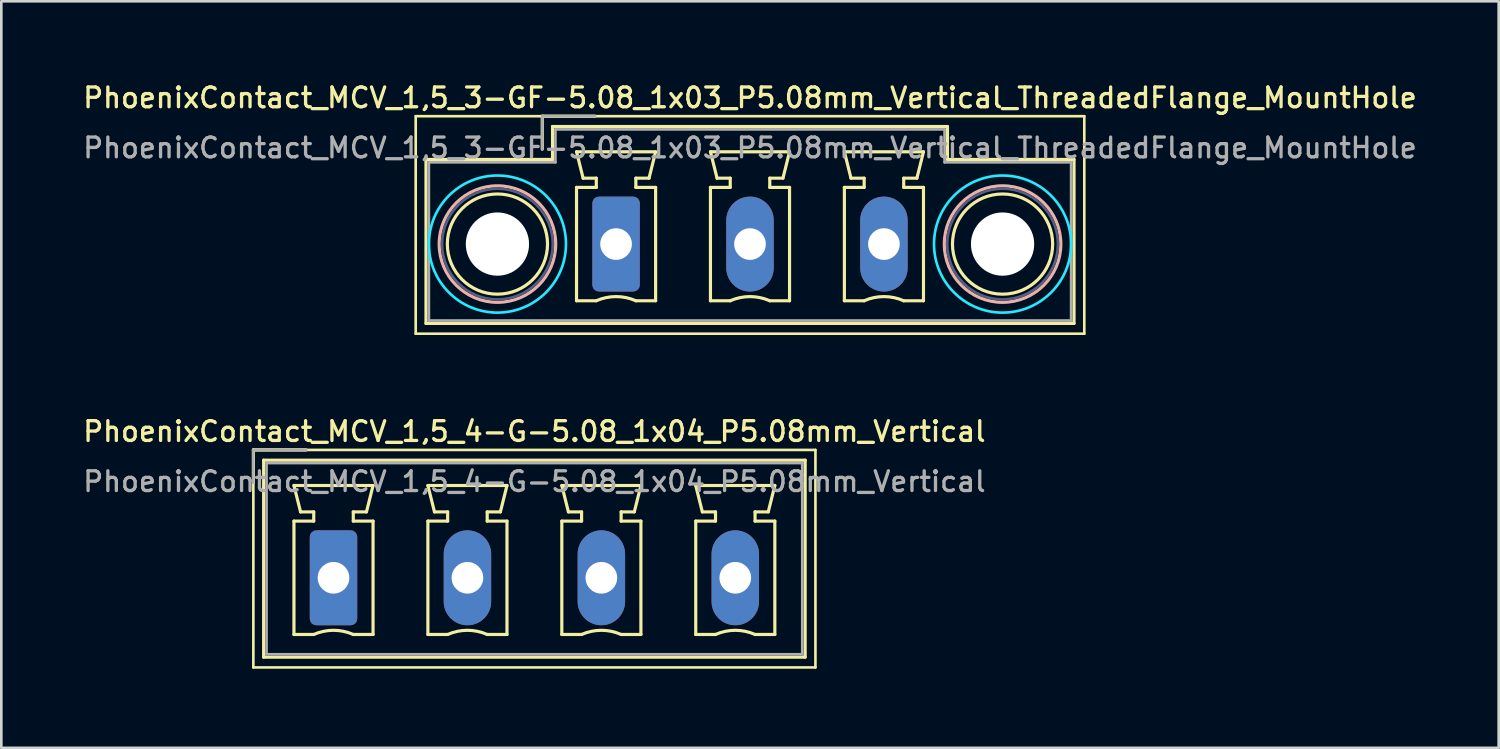
<source format=kicad_pcb>
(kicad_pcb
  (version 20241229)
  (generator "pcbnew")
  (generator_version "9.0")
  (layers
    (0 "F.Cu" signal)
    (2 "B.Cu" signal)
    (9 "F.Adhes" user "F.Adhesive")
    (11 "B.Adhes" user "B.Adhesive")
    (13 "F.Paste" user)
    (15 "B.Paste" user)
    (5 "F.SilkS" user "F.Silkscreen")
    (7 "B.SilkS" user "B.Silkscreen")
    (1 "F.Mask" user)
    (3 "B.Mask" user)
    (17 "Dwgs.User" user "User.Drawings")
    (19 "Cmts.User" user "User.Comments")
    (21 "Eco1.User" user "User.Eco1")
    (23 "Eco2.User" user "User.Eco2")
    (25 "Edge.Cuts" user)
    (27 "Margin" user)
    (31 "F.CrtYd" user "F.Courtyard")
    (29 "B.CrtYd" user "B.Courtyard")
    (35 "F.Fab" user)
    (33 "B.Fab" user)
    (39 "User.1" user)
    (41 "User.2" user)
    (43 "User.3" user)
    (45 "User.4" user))
  (footprint "PhoenixContact_MCV_1,5_3-GF-5.08_1x03_P5.08mm_Vertical_ThreadedFlange_MountHole"
    (layer "F.Cu")
    (at 20.318 6.208)
    (property "Reference" "PhoenixContact_MCV_1,5_3-GF-5.08_1x03_P5.08mm_Vertical_ThreadedFlange_MountHole" (at 5.08 -5.55 0) (layer "F.SilkS") (effects (font (size 0.75 0.75) (thickness 0.125))))
    (attr through_hole)
    (fp_line (start -7.6 -4.85) (end -7.6 3.4) (stroke (width 0.1) (type solid)) (layer "F.SilkS"))
    (fp_line (start -7.6 3.4) (end 17.76 3.4) (stroke (width 0.1) (type solid)) (layer "F.SilkS"))
    (fp_line (start -7.21 -3.21) (end -7.21 3.01) (stroke (width 0.12) (type solid)) (layer "F.SilkS"))
    (fp_line (start -7.21 3.01) (end 17.37 3.01) (stroke (width 0.12) (type solid)) (layer "F.SilkS"))
    (fp_line (start -2.8 -4.85) (end -0.8 -4.85) (stroke (width 0.12) (type solid)) (layer "F.SilkS"))
    (fp_line (start -2.8 -3.6) (end -2.8 -4.85) (stroke (width 0.12) (type solid)) (layer "F.SilkS"))
    (fp_line (start -2.41 -4.46) (end -2.41 -3.21) (stroke (width 0.12) (type solid)) (layer "F.SilkS"))
    (fp_line (start -2.41 -3.21) (end -7.21 -3.21) (stroke (width 0.12) (type solid)) (layer "F.SilkS"))
    (fp_line (start -1.5 -3.5) (end 1.5 -3.5) (stroke (width 0.12) (type solid)) (layer "F.SilkS"))
    (fp_line (start -1.5 -2.15) (end -0.75 -2.15) (stroke (width 0.12) (type solid)) (layer "F.SilkS"))
    (fp_line (start -1.5 2.15) (end -1.5 -2.15) (stroke (width 0.12) (type solid)) (layer "F.SilkS"))
    (fp_line (start -1.25 -2.5) (end -1.5 -3.5) (stroke (width 0.12) (type solid)) (layer "F.SilkS"))
    (fp_line (start -0.75 -2.5) (end -1.25 -2.5) (stroke (width 0.12) (type solid)) (layer "F.SilkS"))
    (fp_line (start -0.75 -2.15) (end -0.75 -2.5) (stroke (width 0.12) (type solid)) (layer "F.SilkS"))
    (fp_line (start -0.75 2.15) (end -1.5 2.15) (stroke (width 0.12) (type solid)) (layer "F.SilkS"))
    (fp_line (start 0.75 -2.5) (end 0.75 -2.15) (stroke (width 0.12) (type solid)) (layer "F.SilkS"))
    (fp_line (start 0.75 -2.15) (end 1.5 -2.15) (stroke (width 0.12) (type solid)) (layer "F.SilkS"))
    (fp_line (start 1.25 -2.5) (end 0.75 -2.5) (stroke (width 0.12) (type solid)) (layer "F.SilkS"))
    (fp_line (start 1.5 -3.5) (end 1.25 -2.5) (stroke (width 0.12) (type solid)) (layer "F.SilkS"))
    (fp_line (start 1.5 -2.15) (end 1.5 2.15) (stroke (width 0.12) (type solid)) (layer "F.SilkS"))
    (fp_line (start 1.5 2.15) (end 0.75 2.15) (stroke (width 0.12) (type solid)) (layer "F.SilkS"))
    (fp_line (start 3.58 -3.5) (end 6.58 -3.5) (stroke (width 0.12) (type solid)) (layer "F.SilkS"))
    (fp_line (start 3.58 -2.15) (end 4.33 -2.15) (stroke (width 0.12) (type solid)) (layer "F.SilkS"))
    (fp_line (start 3.58 2.15) (end 3.58 -2.15) (stroke (width 0.12) (type solid)) (layer "F.SilkS"))
    (fp_line (start 3.83 -2.5) (end 3.58 -3.5) (stroke (width 0.12) (type solid)) (layer "F.SilkS"))
    (fp_line (start 4.33 -2.5) (end 3.83 -2.5) (stroke (width 0.12) (type solid)) (layer "F.SilkS"))
    (fp_line (start 4.33 -2.15) (end 4.33 -2.5) (stroke (width 0.12) (type solid)) (layer "F.SilkS"))
    (fp_line (start 4.33 2.15) (end 3.58 2.15) (stroke (width 0.12) (type solid)) (layer "F.SilkS"))
    (fp_line (start 5.83 -2.5) (end 5.83 -2.15) (stroke (width 0.12) (type solid)) (layer "F.SilkS"))
    (fp_line (start 5.83 -2.15) (end 6.58 -2.15) (stroke (width 0.12) (type solid)) (layer "F.SilkS"))
    (fp_line (start 6.33 -2.5) (end 5.83 -2.5) (stroke (width 0.12) (type solid)) (layer "F.SilkS"))
    (fp_line (start 6.58 -3.5) (end 6.33 -2.5) (stroke (width 0.12) (type solid)) (layer "F.SilkS"))
    (fp_line (start 6.58 -2.15) (end 6.58 2.15) (stroke (width 0.12) (type solid)) (layer "F.SilkS"))
    (fp_line (start 6.58 2.15) (end 5.83 2.15) (stroke (width 0.12) (type solid)) (layer "F.SilkS"))
    (fp_line (start 8.66 -3.5) (end 11.66 -3.5) (stroke (width 0.12) (type solid)) (layer "F.SilkS"))
    (fp_line (start 8.66 -2.15) (end 9.41 -2.15) (stroke (width 0.12) (type solid)) (layer "F.SilkS"))
    (fp_line (start 8.66 2.15) (end 8.66 -2.15) (stroke (width 0.12) (type solid)) (layer "F.SilkS"))
    (fp_line (start 8.91 -2.5) (end 8.66 -3.5) (stroke (width 0.12) (type solid)) (layer "F.SilkS"))
    (fp_line (start 9.41 -2.5) (end 8.91 -2.5) (stroke (width 0.12) (type solid)) (layer "F.SilkS"))
    (fp_line (start 9.41 -2.15) (end 9.41 -2.5) (stroke (width 0.12) (type solid)) (layer "F.SilkS"))
    (fp_line (start 9.41 2.15) (end 8.66 2.15) (stroke (width 0.12) (type solid)) (layer "F.SilkS"))
    (fp_line (start 10.91 -2.5) (end 10.91 -2.15) (stroke (width 0.12) (type solid)) (layer "F.SilkS"))
    (fp_line (start 10.91 -2.15) (end 11.66 -2.15) (stroke (width 0.12) (type solid)) (layer "F.SilkS"))
    (fp_line (start 11.41 -2.5) (end 10.91 -2.5) (stroke (width 0.12) (type solid)) (layer "F.SilkS"))
    (fp_line (start 11.66 -3.5) (end 11.41 -2.5) (stroke (width 0.12) (type solid)) (layer "F.SilkS"))
    (fp_line (start 11.66 -2.15) (end 11.66 2.15) (stroke (width 0.12) (type solid)) (layer "F.SilkS"))
    (fp_line (start 11.66 2.15) (end 10.91 2.15) (stroke (width 0.12) (type solid)) (layer "F.SilkS"))
    (fp_line (start 12.57 -4.46) (end -2.41 -4.46) (stroke (width 0.12) (type solid)) (layer "F.SilkS"))
    (fp_line (start 12.57 -3.21) (end 12.57 -4.46) (stroke (width 0.12) (type solid)) (layer "F.SilkS"))
    (fp_line (start 17.37 -3.21) (end 12.57 -3.21) (stroke (width 0.12) (type solid)) (layer "F.SilkS"))
    (fp_line (start 17.37 3.01) (end 17.37 -3.21) (stroke (width 0.12) (type solid)) (layer "F.SilkS"))
    (fp_line (start 17.76 -4.85) (end -7.6 -4.85) (stroke (width 0.1) (type solid)) (layer "F.SilkS"))
    (fp_line (start 17.76 3.4) (end 17.76 -4.85) (stroke (width 0.1) (type solid)) (layer "F.SilkS"))
    (fp_arc (start -0.75 2.15) (mid -0.000193 1.99191) (end 0.749647 2.149844) (stroke (width 0.12) (type solid)) (layer "F.SilkS"))
    (fp_arc (start 4.33 2.15) (mid 5.079807 1.99191) (end 5.829647 2.149844) (stroke (width 0.12) (type solid)) (layer "F.SilkS"))
    (fp_arc (start 9.41 2.15) (mid 10.159807 1.99191) (end 10.909647 2.149844) (stroke (width 0.12) (type solid)) (layer "F.SilkS"))
    (fp_circle (center -4.5 0) (end -2.6 0) (stroke (width 0.12) (type solid)) (fill no) (layer "F.SilkS"))
    (fp_circle (center 14.66 0) (end 16.56 0) (stroke (width 0.12) (type solid)) (fill no) (layer "F.SilkS"))
    (fp_circle (center -4.5 0) (end -2.29 0) (stroke (width 0.12) (type solid)) (fill no) (layer "B.SilkS"))
    (fp_circle (center 14.66 0) (end 16.87 0) (stroke (width 0.12) (type solid)) (fill no) (layer "B.SilkS"))
    (fp_circle (center -4.5 0) (end -1.9 0) (stroke (width 0.1) (type solid)) (fill no) (layer "B.CrtYd"))
    (fp_circle (center 14.66 0) (end 17.26 0) (stroke (width 0.1) (type solid)) (fill no) (layer "B.CrtYd"))
    (fp_circle (center -4.5 0) (end -2.4 0) (stroke (width 0.1) (type solid)) (fill no) (layer "B.Fab"))
    (fp_circle (center 14.66 0) (end 16.76 0) (stroke (width 0.1) (type solid)) (fill no) (layer "B.Fab"))
    (fp_line (start -7.1 -3.1) (end -7.1 2.9) (stroke (width 0.1) (type solid)) (layer "F.Fab"))
    (fp_line (start -7.1 2.9) (end 17.26 2.9) (stroke (width 0.1) (type solid)) (layer "F.Fab"))
    (fp_line (start -2.8 -4.85) (end -0.8 -4.85) (stroke (width 0.1) (type solid)) (layer "F.Fab"))
    (fp_line (start -2.8 -3.6) (end -2.8 -4.85) (stroke (width 0.1) (type solid)) (layer "F.Fab"))
    (fp_line (start -2.3 -4.35) (end -2.3 -3.1) (stroke (width 0.1) (type solid)) (layer "F.Fab"))
    (fp_line (start -2.3 -3.1) (end -7.1 -3.1) (stroke (width 0.1) (type solid)) (layer "F.Fab"))
    (fp_line (start 12.46 -4.35) (end -2.3 -4.35) (stroke (width 0.1) (type solid)) (layer "F.Fab"))
    (fp_line (start 12.46 -3.1) (end 12.46 -4.35) (stroke (width 0.1) (type solid)) (layer "F.Fab"))
    (fp_line (start 17.26 -3.1) (end 12.46 -3.1) (stroke (width 0.1) (type solid)) (layer "F.Fab"))
    (fp_line (start 17.26 2.9) (end 17.26 -3.1) (stroke (width 0.1) (type solid)) (layer "F.Fab"))
    (fp_text user "${REFERENCE}" (at 5.08 -3.65 0) (layer "F.Fab") (effects (font (size 0.75 0.75) (thickness 0.125))))
    (pad "" np_thru_hole circle (at -4.5 0) (size 2.4 2.4) (drill 2.4) (layers "*.Cu" "*.Mask"))
    (pad "" np_thru_hole circle (at 14.66 0) (size 2.4 2.4) (drill 2.4) (layers "*.Cu" "*.Mask"))
    (pad "1" thru_hole roundrect (at 0 0) (size 1.8 3.6) (drill 1.2) (layers "*.Cu" "*.Mask") (roundrect_rratio 0.139))
    (pad "2" thru_hole oval (at 5.08 0) (size 1.8 3.6) (drill 1.2) (layers "*.Cu" "*.Mask"))
    (pad "3" thru_hole oval (at 10.16 0) (size 1.8 3.6) (drill 1.2) (layers "*.Cu" "*.Mask")))
  (footprint "PhoenixContact_MCV_1,5_4-G-5.08_1x04_P5.08mm_Vertical"
    (layer "F.Cu")
    (at 9.6 18.866)
    (property "Reference" "PhoenixContact_MCV_1,5_4-G-5.08_1x04_P5.08mm_Vertical" (at 7.62 -5.55 0) (layer "F.SilkS") (effects (font (size 0.75 0.75) (thickness 0.125))))
    (attr through_hole)
    (fp_line (start -3.04 -4.85) (end -3.04 3.4) (stroke (width 0.1) (type solid)) (layer "F.SilkS"))
    (fp_line (start -3.04 -4.85) (end -1.04 -4.85) (stroke (width 0.12) (type solid)) (layer "F.SilkS"))
    (fp_line (start -3.04 -3.6) (end -3.04 -4.85) (stroke (width 0.12) (type solid)) (layer "F.SilkS"))
    (fp_line (start -3.04 3.4) (end 18.28 3.4) (stroke (width 0.1) (type solid)) (layer "F.SilkS"))
    (fp_line (start -2.65 -4.46) (end -2.65 3.01) (stroke (width 0.12) (type solid)) (layer "F.SilkS"))
    (fp_line (start -2.65 3.01) (end 17.89 3.01) (stroke (width 0.12) (type solid)) (layer "F.SilkS"))
    (fp_line (start -1.5 -3.5) (end 1.5 -3.5) (stroke (width 0.12) (type solid)) (layer "F.SilkS"))
    (fp_line (start -1.5 -2.15) (end -0.75 -2.15) (stroke (width 0.12) (type solid)) (layer "F.SilkS"))
    (fp_line (start -1.5 2.15) (end -1.5 -2.15) (stroke (width 0.12) (type solid)) (layer "F.SilkS"))
    (fp_line (start -1.25 -2.5) (end -1.5 -3.5) (stroke (width 0.12) (type solid)) (layer "F.SilkS"))
    (fp_line (start -0.75 -2.5) (end -1.25 -2.5) (stroke (width 0.12) (type solid)) (layer "F.SilkS"))
    (fp_line (start -0.75 -2.15) (end -0.75 -2.5) (stroke (width 0.12) (type solid)) (layer "F.SilkS"))
    (fp_line (start -0.75 2.15) (end -1.5 2.15) (stroke (width 0.12) (type solid)) (layer "F.SilkS"))
    (fp_line (start 0.75 -2.5) (end 0.75 -2.15) (stroke (width 0.12) (type solid)) (layer "F.SilkS"))
    (fp_line (start 0.75 -2.15) (end 1.5 -2.15) (stroke (width 0.12) (type solid)) (layer "F.SilkS"))
    (fp_line (start 1.25 -2.5) (end 0.75 -2.5) (stroke (width 0.12) (type solid)) (layer "F.SilkS"))
    (fp_line (start 1.5 -3.5) (end 1.25 -2.5) (stroke (width 0.12) (type solid)) (layer "F.SilkS"))
    (fp_line (start 1.5 -2.15) (end 1.5 2.15) (stroke (width 0.12) (type solid)) (layer "F.SilkS"))
    (fp_line (start 1.5 2.15) (end 0.75 2.15) (stroke (width 0.12) (type solid)) (layer "F.SilkS"))
    (fp_line (start 3.58 -3.5) (end 6.58 -3.5) (stroke (width 0.12) (type solid)) (layer "F.SilkS"))
    (fp_line (start 3.58 -2.15) (end 4.33 -2.15) (stroke (width 0.12) (type solid)) (layer "F.SilkS"))
    (fp_line (start 3.58 2.15) (end 3.58 -2.15) (stroke (width 0.12) (type solid)) (layer "F.SilkS"))
    (fp_line (start 3.83 -2.5) (end 3.58 -3.5) (stroke (width 0.12) (type solid)) (layer "F.SilkS"))
    (fp_line (start 4.33 -2.5) (end 3.83 -2.5) (stroke (width 0.12) (type solid)) (layer "F.SilkS"))
    (fp_line (start 4.33 -2.15) (end 4.33 -2.5) (stroke (width 0.12) (type solid)) (layer "F.SilkS"))
    (fp_line (start 4.33 2.15) (end 3.58 2.15) (stroke (width 0.12) (type solid)) (layer "F.SilkS"))
    (fp_line (start 5.83 -2.5) (end 5.83 -2.15) (stroke (width 0.12) (type solid)) (layer "F.SilkS"))
    (fp_line (start 5.83 -2.15) (end 6.58 -2.15) (stroke (width 0.12) (type solid)) (layer "F.SilkS"))
    (fp_line (start 6.33 -2.5) (end 5.83 -2.5) (stroke (width 0.12) (type solid)) (layer "F.SilkS"))
    (fp_line (start 6.58 -3.5) (end 6.33 -2.5) (stroke (width 0.12) (type solid)) (layer "F.SilkS"))
    (fp_line (start 6.58 -2.15) (end 6.58 2.15) (stroke (width 0.12) (type solid)) (layer "F.SilkS"))
    (fp_line (start 6.58 2.15) (end 5.83 2.15) (stroke (width 0.12) (type solid)) (layer "F.SilkS"))
    (fp_line (start 8.66 -3.5) (end 11.66 -3.5) (stroke (width 0.12) (type solid)) (layer "F.SilkS"))
    (fp_line (start 8.66 -2.15) (end 9.41 -2.15) (stroke (width 0.12) (type solid)) (layer "F.SilkS"))
    (fp_line (start 8.66 2.15) (end 8.66 -2.15) (stroke (width 0.12) (type solid)) (layer "F.SilkS"))
    (fp_line (start 8.91 -2.5) (end 8.66 -3.5) (stroke (width 0.12) (type solid)) (layer "F.SilkS"))
    (fp_line (start 9.41 -2.5) (end 8.91 -2.5) (stroke (width 0.12) (type solid)) (layer "F.SilkS"))
    (fp_line (start 9.41 -2.15) (end 9.41 -2.5) (stroke (width 0.12) (type solid)) (layer "F.SilkS"))
    (fp_line (start 9.41 2.15) (end 8.66 2.15) (stroke (width 0.12) (type solid)) (layer "F.SilkS"))
    (fp_line (start 10.91 -2.5) (end 10.91 -2.15) (stroke (width 0.12) (type solid)) (layer "F.SilkS"))
    (fp_line (start 10.91 -2.15) (end 11.66 -2.15) (stroke (width 0.12) (type solid)) (layer "F.SilkS"))
    (fp_line (start 11.41 -2.5) (end 10.91 -2.5) (stroke (width 0.12) (type solid)) (layer "F.SilkS"))
    (fp_line (start 11.66 -3.5) (end 11.41 -2.5) (stroke (width 0.12) (type solid)) (layer "F.SilkS"))
    (fp_line (start 11.66 -2.15) (end 11.66 2.15) (stroke (width 0.12) (type solid)) (layer "F.SilkS"))
    (fp_line (start 11.66 2.15) (end 10.91 2.15) (stroke (width 0.12) (type solid)) (layer "F.SilkS"))
    (fp_line (start 13.74 -3.5) (end 16.74 -3.5) (stroke (width 0.12) (type solid)) (layer "F.SilkS"))
    (fp_line (start 13.74 -2.15) (end 14.49 -2.15) (stroke (width 0.12) (type solid)) (layer "F.SilkS"))
    (fp_line (start 13.74 2.15) (end 13.74 -2.15) (stroke (width 0.12) (type solid)) (layer "F.SilkS"))
    (fp_line (start 13.99 -2.5) (end 13.74 -3.5) (stroke (width 0.12) (type solid)) (layer "F.SilkS"))
    (fp_line (start 14.49 -2.5) (end 13.99 -2.5) (stroke (width 0.12) (type solid)) (layer "F.SilkS"))
    (fp_line (start 14.49 -2.15) (end 14.49 -2.5) (stroke (width 0.12) (type solid)) (layer "F.SilkS"))
    (fp_line (start 14.49 2.15) (end 13.74 2.15) (stroke (width 0.12) (type solid)) (layer "F.SilkS"))
    (fp_line (start 15.99 -2.5) (end 15.99 -2.15) (stroke (width 0.12) (type solid)) (layer "F.SilkS"))
    (fp_line (start 15.99 -2.15) (end 16.74 -2.15) (stroke (width 0.12) (type solid)) (layer "F.SilkS"))
    (fp_line (start 16.49 -2.5) (end 15.99 -2.5) (stroke (width 0.12) (type solid)) (layer "F.SilkS"))
    (fp_line (start 16.74 -3.5) (end 16.49 -2.5) (stroke (width 0.12) (type solid)) (layer "F.SilkS"))
    (fp_line (start 16.74 -2.15) (end 16.74 2.15) (stroke (width 0.12) (type solid)) (layer "F.SilkS"))
    (fp_line (start 16.74 2.15) (end 15.99 2.15) (stroke (width 0.12) (type solid)) (layer "F.SilkS"))
    (fp_line (start 17.89 -4.46) (end -2.65 -4.46) (stroke (width 0.12) (type solid)) (layer "F.SilkS"))
    (fp_line (start 17.89 3.01) (end 17.89 -4.46) (stroke (width 0.12) (type solid)) (layer "F.SilkS"))
    (fp_line (start 18.28 -4.85) (end -3.04 -4.85) (stroke (width 0.1) (type solid)) (layer "F.SilkS"))
    (fp_line (start 18.28 3.4) (end 18.28 -4.85) (stroke (width 0.1) (type solid)) (layer "F.SilkS"))
    (fp_arc (start -0.75 2.15) (mid -0.000193 1.99191) (end 0.749647 2.149844) (stroke (width 0.12) (type solid)) (layer "F.SilkS"))
    (fp_arc (start 4.33 2.15) (mid 5.079807 1.99191) (end 5.829647 2.149844) (stroke (width 0.12) (type solid)) (layer "F.SilkS"))
    (fp_arc (start 9.41 2.15) (mid 10.159807 1.99191) (end 10.909647 2.149844) (stroke (width 0.12) (type solid)) (layer "F.SilkS"))
    (fp_arc (start 14.49 2.15) (mid 15.239807 1.99191) (end 15.989647 2.149844) (stroke (width 0.12) (type solid)) (layer "F.SilkS"))
    (fp_line (start -3.04 -4.85) (end -1.04 -4.85) (stroke (width 0.1) (type solid)) (layer "F.Fab"))
    (fp_line (start -3.04 -3.6) (end -3.04 -4.85) (stroke (width 0.1) (type solid)) (layer "F.Fab"))
    (fp_line (start -2.54 -4.35) (end -2.54 2.9) (stroke (width 0.1) (type solid)) (layer "F.Fab"))
    (fp_line (start -2.54 2.9) (end 17.78 2.9) (stroke (width 0.1) (type solid)) (layer "F.Fab"))
    (fp_line (start 17.78 -4.35) (end -2.54 -4.35) (stroke (width 0.1) (type solid)) (layer "F.Fab"))
    (fp_line (start 17.78 2.9) (end 17.78 -4.35) (stroke (width 0.1) (type solid)) (layer "F.Fab"))
    (fp_text user "${REFERENCE}" (at 7.62 -3.65 0) (layer "F.Fab") (effects (font (size 0.75 0.75) (thickness 0.125))))
    (pad "1" thru_hole roundrect (at 0 0) (size 1.8 3.6) (drill 1.2) (layers "*.Cu" "*.Mask") (roundrect_rratio 0.139))
    (pad "2" thru_hole oval (at 5.08 0) (size 1.8 3.6) (drill 1.2) (layers "*.Cu" "*.Mask"))
    (pad "3" thru_hole oval (at 10.16 0) (size 1.8 3.6) (drill 1.2) (layers "*.Cu" "*.Mask"))
    (pad "4" thru_hole oval (at 15.24 0) (size 1.8 3.6) (drill 1.2) (layers "*.Cu" "*.Mask")))
  (gr_rect
    (start -3 -3)
    (end 53.796 25.316)
    (stroke (width 0.1) (type default))
    (fill no)
    (layer "Edge.Cuts")))
</source>
